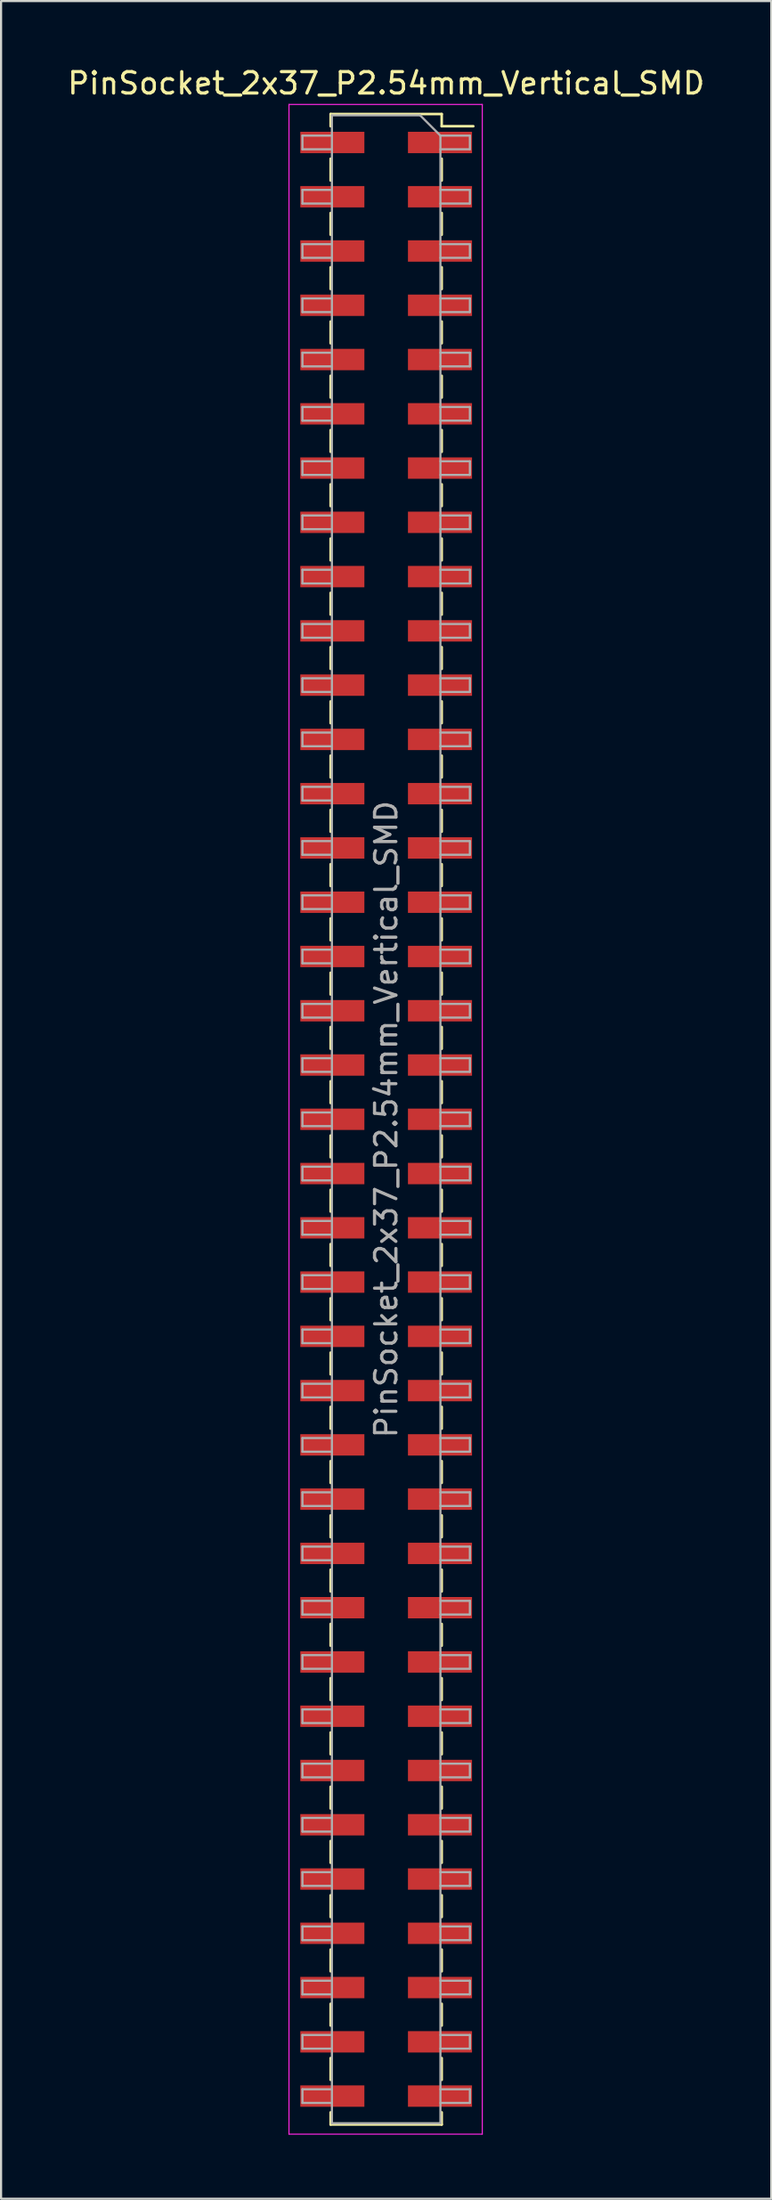
<source format=kicad_pcb>
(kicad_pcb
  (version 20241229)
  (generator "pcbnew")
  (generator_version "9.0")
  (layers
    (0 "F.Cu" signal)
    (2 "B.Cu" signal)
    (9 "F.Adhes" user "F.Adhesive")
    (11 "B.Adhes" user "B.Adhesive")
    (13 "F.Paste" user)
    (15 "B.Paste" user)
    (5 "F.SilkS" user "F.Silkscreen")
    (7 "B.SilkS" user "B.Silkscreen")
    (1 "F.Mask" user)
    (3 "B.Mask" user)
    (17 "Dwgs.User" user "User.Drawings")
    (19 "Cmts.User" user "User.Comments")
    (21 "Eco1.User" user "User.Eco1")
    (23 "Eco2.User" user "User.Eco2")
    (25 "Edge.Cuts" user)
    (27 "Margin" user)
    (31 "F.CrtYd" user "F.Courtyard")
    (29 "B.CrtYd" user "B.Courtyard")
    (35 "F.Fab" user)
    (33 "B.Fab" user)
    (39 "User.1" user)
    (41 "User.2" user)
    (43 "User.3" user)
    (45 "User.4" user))
  (footprint "PinSocket_2x37_P2.54mm_Vertical_SMD"
    (layer "F.Cu")
    (at 15.03 49.338)
    (property "Reference" "PinSocket_2x37_P2.54mm_Vertical_SMD" (at 0 -48.49 0) (layer "F.SilkS") (effects (font (size 1 1) (thickness 0.15))))
    (attr smd)
    (fp_line (start -2.6 -47.05) (end 2.6 -47.05) (stroke (width 0.12) (type solid)) (layer "F.SilkS"))
    (fp_line (start -2.6 -46.48) (end -2.6 -47.05) (stroke (width 0.12) (type solid)) (layer "F.SilkS"))
    (fp_line (start -2.6 -44.96) (end -2.6 -43.94) (stroke (width 0.12) (type solid)) (layer "F.SilkS"))
    (fp_line (start -2.6 -42.42) (end -2.6 -41.4) (stroke (width 0.12) (type solid)) (layer "F.SilkS"))
    (fp_line (start -2.6 -39.88) (end -2.6 -38.86) (stroke (width 0.12) (type solid)) (layer "F.SilkS"))
    (fp_line (start -2.6 -37.34) (end -2.6 -36.32) (stroke (width 0.12) (type solid)) (layer "F.SilkS"))
    (fp_line (start -2.6 -34.8) (end -2.6 -33.78) (stroke (width 0.12) (type solid)) (layer "F.SilkS"))
    (fp_line (start -2.6 -32.26) (end -2.6 -31.24) (stroke (width 0.12) (type solid)) (layer "F.SilkS"))
    (fp_line (start -2.6 -29.72) (end -2.6 -28.7) (stroke (width 0.12) (type solid)) (layer "F.SilkS"))
    (fp_line (start -2.6 -27.18) (end -2.6 -26.16) (stroke (width 0.12) (type solid)) (layer "F.SilkS"))
    (fp_line (start -2.6 -24.64) (end -2.6 -23.62) (stroke (width 0.12) (type solid)) (layer "F.SilkS"))
    (fp_line (start -2.6 -22.1) (end -2.6 -21.08) (stroke (width 0.12) (type solid)) (layer "F.SilkS"))
    (fp_line (start -2.6 -19.56) (end -2.6 -18.54) (stroke (width 0.12) (type solid)) (layer "F.SilkS"))
    (fp_line (start -2.6 -17.02) (end -2.6 -16) (stroke (width 0.12) (type solid)) (layer "F.SilkS"))
    (fp_line (start -2.6 -14.48) (end -2.6 -13.46) (stroke (width 0.12) (type solid)) (layer "F.SilkS"))
    (fp_line (start -2.6 -11.94) (end -2.6 -10.92) (stroke (width 0.12) (type solid)) (layer "F.SilkS"))
    (fp_line (start -2.6 -9.4) (end -2.6 -8.38) (stroke (width 0.12) (type solid)) (layer "F.SilkS"))
    (fp_line (start -2.6 -6.86) (end -2.6 -5.84) (stroke (width 0.12) (type solid)) (layer "F.SilkS"))
    (fp_line (start -2.6 -4.32) (end -2.6 -3.3) (stroke (width 0.12) (type solid)) (layer "F.SilkS"))
    (fp_line (start -2.6 -1.78) (end -2.6 -0.76) (stroke (width 0.12) (type solid)) (layer "F.SilkS"))
    (fp_line (start -2.6 0.76) (end -2.6 1.78) (stroke (width 0.12) (type solid)) (layer "F.SilkS"))
    (fp_line (start -2.6 3.3) (end -2.6 4.32) (stroke (width 0.12) (type solid)) (layer "F.SilkS"))
    (fp_line (start -2.6 5.84) (end -2.6 6.86) (stroke (width 0.12) (type solid)) (layer "F.SilkS"))
    (fp_line (start -2.6 8.38) (end -2.6 9.4) (stroke (width 0.12) (type solid)) (layer "F.SilkS"))
    (fp_line (start -2.6 10.92) (end -2.6 11.94) (stroke (width 0.12) (type solid)) (layer "F.SilkS"))
    (fp_line (start -2.6 13.46) (end -2.6 14.48) (stroke (width 0.12) (type solid)) (layer "F.SilkS"))
    (fp_line (start -2.6 16) (end -2.6 17.02) (stroke (width 0.12) (type solid)) (layer "F.SilkS"))
    (fp_line (start -2.6 18.54) (end -2.6 19.56) (stroke (width 0.12) (type solid)) (layer "F.SilkS"))
    (fp_line (start -2.6 21.08) (end -2.6 22.1) (stroke (width 0.12) (type solid)) (layer "F.SilkS"))
    (fp_line (start -2.6 23.62) (end -2.6 24.64) (stroke (width 0.12) (type solid)) (layer "F.SilkS"))
    (fp_line (start -2.6 26.16) (end -2.6 27.18) (stroke (width 0.12) (type solid)) (layer "F.SilkS"))
    (fp_line (start -2.6 28.7) (end -2.6 29.72) (stroke (width 0.12) (type solid)) (layer "F.SilkS"))
    (fp_line (start -2.6 31.24) (end -2.6 32.26) (stroke (width 0.12) (type solid)) (layer "F.SilkS"))
    (fp_line (start -2.6 33.78) (end -2.6 34.8) (stroke (width 0.12) (type solid)) (layer "F.SilkS"))
    (fp_line (start -2.6 36.32) (end -2.6 37.34) (stroke (width 0.12) (type solid)) (layer "F.SilkS"))
    (fp_line (start -2.6 38.86) (end -2.6 39.88) (stroke (width 0.12) (type solid)) (layer "F.SilkS"))
    (fp_line (start -2.6 41.4) (end -2.6 42.42) (stroke (width 0.12) (type solid)) (layer "F.SilkS"))
    (fp_line (start -2.6 43.94) (end -2.6 44.96) (stroke (width 0.12) (type solid)) (layer "F.SilkS"))
    (fp_line (start -2.6 47.05) (end -2.6 46.48) (stroke (width 0.12) (type solid)) (layer "F.SilkS"))
    (fp_line (start 2.6 -47.05) (end 2.6 -46.48) (stroke (width 0.12) (type solid)) (layer "F.SilkS"))
    (fp_line (start 2.6 -46.48) (end 4.08 -46.48) (stroke (width 0.12) (type solid)) (layer "F.SilkS"))
    (fp_line (start 2.6 -43.94) (end 2.6 -44.96) (stroke (width 0.12) (type solid)) (layer "F.SilkS"))
    (fp_line (start 2.6 -41.4) (end 2.6 -42.42) (stroke (width 0.12) (type solid)) (layer "F.SilkS"))
    (fp_line (start 2.6 -38.86) (end 2.6 -39.88) (stroke (width 0.12) (type solid)) (layer "F.SilkS"))
    (fp_line (start 2.6 -36.32) (end 2.6 -37.34) (stroke (width 0.12) (type solid)) (layer "F.SilkS"))
    (fp_line (start 2.6 -33.78) (end 2.6 -34.8) (stroke (width 0.12) (type solid)) (layer "F.SilkS"))
    (fp_line (start 2.6 -31.24) (end 2.6 -32.26) (stroke (width 0.12) (type solid)) (layer "F.SilkS"))
    (fp_line (start 2.6 -28.7) (end 2.6 -29.72) (stroke (width 0.12) (type solid)) (layer "F.SilkS"))
    (fp_line (start 2.6 -26.16) (end 2.6 -27.18) (stroke (width 0.12) (type solid)) (layer "F.SilkS"))
    (fp_line (start 2.6 -23.62) (end 2.6 -24.64) (stroke (width 0.12) (type solid)) (layer "F.SilkS"))
    (fp_line (start 2.6 -21.08) (end 2.6 -22.1) (stroke (width 0.12) (type solid)) (layer "F.SilkS"))
    (fp_line (start 2.6 -18.54) (end 2.6 -19.56) (stroke (width 0.12) (type solid)) (layer "F.SilkS"))
    (fp_line (start 2.6 -16) (end 2.6 -17.02) (stroke (width 0.12) (type solid)) (layer "F.SilkS"))
    (fp_line (start 2.6 -13.46) (end 2.6 -14.48) (stroke (width 0.12) (type solid)) (layer "F.SilkS"))
    (fp_line (start 2.6 -10.92) (end 2.6 -11.94) (stroke (width 0.12) (type solid)) (layer "F.SilkS"))
    (fp_line (start 2.6 -8.38) (end 2.6 -9.4) (stroke (width 0.12) (type solid)) (layer "F.SilkS"))
    (fp_line (start 2.6 -5.84) (end 2.6 -6.86) (stroke (width 0.12) (type solid)) (layer "F.SilkS"))
    (fp_line (start 2.6 -3.3) (end 2.6 -4.32) (stroke (width 0.12) (type solid)) (layer "F.SilkS"))
    (fp_line (start 2.6 -0.76) (end 2.6 -1.78) (stroke (width 0.12) (type solid)) (layer "F.SilkS"))
    (fp_line (start 2.6 1.78) (end 2.6 0.76) (stroke (width 0.12) (type solid)) (layer "F.SilkS"))
    (fp_line (start 2.6 4.32) (end 2.6 3.3) (stroke (width 0.12) (type solid)) (layer "F.SilkS"))
    (fp_line (start 2.6 6.86) (end 2.6 5.84) (stroke (width 0.12) (type solid)) (layer "F.SilkS"))
    (fp_line (start 2.6 9.4) (end 2.6 8.38) (stroke (width 0.12) (type solid)) (layer "F.SilkS"))
    (fp_line (start 2.6 11.94) (end 2.6 10.92) (stroke (width 0.12) (type solid)) (layer "F.SilkS"))
    (fp_line (start 2.6 14.48) (end 2.6 13.46) (stroke (width 0.12) (type solid)) (layer "F.SilkS"))
    (fp_line (start 2.6 17.02) (end 2.6 16) (stroke (width 0.12) (type solid)) (layer "F.SilkS"))
    (fp_line (start 2.6 19.56) (end 2.6 18.54) (stroke (width 0.12) (type solid)) (layer "F.SilkS"))
    (fp_line (start 2.6 22.1) (end 2.6 21.08) (stroke (width 0.12) (type solid)) (layer "F.SilkS"))
    (fp_line (start 2.6 24.64) (end 2.6 23.62) (stroke (width 0.12) (type solid)) (layer "F.SilkS"))
    (fp_line (start 2.6 27.18) (end 2.6 26.16) (stroke (width 0.12) (type solid)) (layer "F.SilkS"))
    (fp_line (start 2.6 29.72) (end 2.6 28.7) (stroke (width 0.12) (type solid)) (layer "F.SilkS"))
    (fp_line (start 2.6 32.26) (end 2.6 31.24) (stroke (width 0.12) (type solid)) (layer "F.SilkS"))
    (fp_line (start 2.6 34.8) (end 2.6 33.78) (stroke (width 0.12) (type solid)) (layer "F.SilkS"))
    (fp_line (start 2.6 37.34) (end 2.6 36.32) (stroke (width 0.12) (type solid)) (layer "F.SilkS"))
    (fp_line (start 2.6 39.88) (end 2.6 38.86) (stroke (width 0.12) (type solid)) (layer "F.SilkS"))
    (fp_line (start 2.6 42.42) (end 2.6 41.4) (stroke (width 0.12) (type solid)) (layer "F.SilkS"))
    (fp_line (start 2.6 44.96) (end 2.6 43.94) (stroke (width 0.12) (type solid)) (layer "F.SilkS"))
    (fp_line (start 2.6 46.48) (end 2.6 47.05) (stroke (width 0.12) (type solid)) (layer "F.SilkS"))
    (fp_line (start 2.6 47.05) (end -2.6 47.05) (stroke (width 0.12) (type solid)) (layer "F.SilkS"))
    (fp_line (start -4.55 -47.5) (end 4.5 -47.5) (stroke (width 0.05) (type solid)) (layer "F.CrtYd"))
    (fp_line (start -4.55 47.5) (end -4.55 -47.5) (stroke (width 0.05) (type solid)) (layer "F.CrtYd"))
    (fp_line (start 4.5 -47.5) (end 4.5 47.5) (stroke (width 0.05) (type solid)) (layer "F.CrtYd"))
    (fp_line (start 4.5 47.5) (end -4.55 47.5) (stroke (width 0.05) (type solid)) (layer "F.CrtYd"))
    (fp_line (start -3.92 -46.04) (end -2.54 -46.04) (stroke (width 0.1) (type solid)) (layer "F.Fab"))
    (fp_line (start -3.92 -45.4) (end -3.92 -46.04) (stroke (width 0.1) (type solid)) (layer "F.Fab"))
    (fp_line (start -3.92 -43.5) (end -2.54 -43.5) (stroke (width 0.1) (type solid)) (layer "F.Fab"))
    (fp_line (start -3.92 -42.86) (end -3.92 -43.5) (stroke (width 0.1) (type solid)) (layer "F.Fab"))
    (fp_line (start -3.92 -40.96) (end -2.54 -40.96) (stroke (width 0.1) (type solid)) (layer "F.Fab"))
    (fp_line (start -3.92 -40.32) (end -3.92 -40.96) (stroke (width 0.1) (type solid)) (layer "F.Fab"))
    (fp_line (start -3.92 -38.42) (end -2.54 -38.42) (stroke (width 0.1) (type solid)) (layer "F.Fab"))
    (fp_line (start -3.92 -37.78) (end -3.92 -38.42) (stroke (width 0.1) (type solid)) (layer "F.Fab"))
    (fp_line (start -3.92 -35.88) (end -2.54 -35.88) (stroke (width 0.1) (type solid)) (layer "F.Fab"))
    (fp_line (start -3.92 -35.24) (end -3.92 -35.88) (stroke (width 0.1) (type solid)) (layer "F.Fab"))
    (fp_line (start -3.92 -33.34) (end -2.54 -33.34) (stroke (width 0.1) (type solid)) (layer "F.Fab"))
    (fp_line (start -3.92 -32.7) (end -3.92 -33.34) (stroke (width 0.1) (type solid)) (layer "F.Fab"))
    (fp_line (start -3.92 -30.8) (end -2.54 -30.8) (stroke (width 0.1) (type solid)) (layer "F.Fab"))
    (fp_line (start -3.92 -30.16) (end -3.92 -30.8) (stroke (width 0.1) (type solid)) (layer "F.Fab"))
    (fp_line (start -3.92 -28.26) (end -2.54 -28.26) (stroke (width 0.1) (type solid)) (layer "F.Fab"))
    (fp_line (start -3.92 -27.62) (end -3.92 -28.26) (stroke (width 0.1) (type solid)) (layer "F.Fab"))
    (fp_line (start -3.92 -25.72) (end -2.54 -25.72) (stroke (width 0.1) (type solid)) (layer "F.Fab"))
    (fp_line (start -3.92 -25.08) (end -3.92 -25.72) (stroke (width 0.1) (type solid)) (layer "F.Fab"))
    (fp_line (start -3.92 -23.18) (end -2.54 -23.18) (stroke (width 0.1) (type solid)) (layer "F.Fab"))
    (fp_line (start -3.92 -22.54) (end -3.92 -23.18) (stroke (width 0.1) (type solid)) (layer "F.Fab"))
    (fp_line (start -3.92 -20.64) (end -2.54 -20.64) (stroke (width 0.1) (type solid)) (layer "F.Fab"))
    (fp_line (start -3.92 -20) (end -3.92 -20.64) (stroke (width 0.1) (type solid)) (layer "F.Fab"))
    (fp_line (start -3.92 -18.1) (end -2.54 -18.1) (stroke (width 0.1) (type solid)) (layer "F.Fab"))
    (fp_line (start -3.92 -17.46) (end -3.92 -18.1) (stroke (width 0.1) (type solid)) (layer "F.Fab"))
    (fp_line (start -3.92 -15.56) (end -2.54 -15.56) (stroke (width 0.1) (type solid)) (layer "F.Fab"))
    (fp_line (start -3.92 -14.92) (end -3.92 -15.56) (stroke (width 0.1) (type solid)) (layer "F.Fab"))
    (fp_line (start -3.92 -13.02) (end -2.54 -13.02) (stroke (width 0.1) (type solid)) (layer "F.Fab"))
    (fp_line (start -3.92 -12.38) (end -3.92 -13.02) (stroke (width 0.1) (type solid)) (layer "F.Fab"))
    (fp_line (start -3.92 -10.48) (end -2.54 -10.48) (stroke (width 0.1) (type solid)) (layer "F.Fab"))
    (fp_line (start -3.92 -9.84) (end -3.92 -10.48) (stroke (width 0.1) (type solid)) (layer "F.Fab"))
    (fp_line (start -3.92 -7.94) (end -2.54 -7.94) (stroke (width 0.1) (type solid)) (layer "F.Fab"))
    (fp_line (start -3.92 -7.3) (end -3.92 -7.94) (stroke (width 0.1) (type solid)) (layer "F.Fab"))
    (fp_line (start -3.92 -5.4) (end -2.54 -5.4) (stroke (width 0.1) (type solid)) (layer "F.Fab"))
    (fp_line (start -3.92 -4.76) (end -3.92 -5.4) (stroke (width 0.1) (type solid)) (layer "F.Fab"))
    (fp_line (start -3.92 -2.86) (end -2.54 -2.86) (stroke (width 0.1) (type solid)) (layer "F.Fab"))
    (fp_line (start -3.92 -2.22) (end -3.92 -2.86) (stroke (width 0.1) (type solid)) (layer "F.Fab"))
    (fp_line (start -3.92 -0.32) (end -2.54 -0.32) (stroke (width 0.1) (type solid)) (layer "F.Fab"))
    (fp_line (start -3.92 0.32) (end -3.92 -0.32) (stroke (width 0.1) (type solid)) (layer "F.Fab"))
    (fp_line (start -3.92 2.22) (end -2.54 2.22) (stroke (width 0.1) (type solid)) (layer "F.Fab"))
    (fp_line (start -3.92 2.86) (end -3.92 2.22) (stroke (width 0.1) (type solid)) (layer "F.Fab"))
    (fp_line (start -3.92 4.76) (end -2.54 4.76) (stroke (width 0.1) (type solid)) (layer "F.Fab"))
    (fp_line (start -3.92 5.4) (end -3.92 4.76) (stroke (width 0.1) (type solid)) (layer "F.Fab"))
    (fp_line (start -3.92 7.3) (end -2.54 7.3) (stroke (width 0.1) (type solid)) (layer "F.Fab"))
    (fp_line (start -3.92 7.94) (end -3.92 7.3) (stroke (width 0.1) (type solid)) (layer "F.Fab"))
    (fp_line (start -3.92 9.84) (end -2.54 9.84) (stroke (width 0.1) (type solid)) (layer "F.Fab"))
    (fp_line (start -3.92 10.48) (end -3.92 9.84) (stroke (width 0.1) (type solid)) (layer "F.Fab"))
    (fp_line (start -3.92 12.38) (end -2.54 12.38) (stroke (width 0.1) (type solid)) (layer "F.Fab"))
    (fp_line (start -3.92 13.02) (end -3.92 12.38) (stroke (width 0.1) (type solid)) (layer "F.Fab"))
    (fp_line (start -3.92 14.92) (end -2.54 14.92) (stroke (width 0.1) (type solid)) (layer "F.Fab"))
    (fp_line (start -3.92 15.56) (end -3.92 14.92) (stroke (width 0.1) (type solid)) (layer "F.Fab"))
    (fp_line (start -3.92 17.46) (end -2.54 17.46) (stroke (width 0.1) (type solid)) (layer "F.Fab"))
    (fp_line (start -3.92 18.1) (end -3.92 17.46) (stroke (width 0.1) (type solid)) (layer "F.Fab"))
    (fp_line (start -3.92 20) (end -2.54 20) (stroke (width 0.1) (type solid)) (layer "F.Fab"))
    (fp_line (start -3.92 20.64) (end -3.92 20) (stroke (width 0.1) (type solid)) (layer "F.Fab"))
    (fp_line (start -3.92 22.54) (end -2.54 22.54) (stroke (width 0.1) (type solid)) (layer "F.Fab"))
    (fp_line (start -3.92 23.18) (end -3.92 22.54) (stroke (width 0.1) (type solid)) (layer "F.Fab"))
    (fp_line (start -3.92 25.08) (end -2.54 25.08) (stroke (width 0.1) (type solid)) (layer "F.Fab"))
    (fp_line (start -3.92 25.72) (end -3.92 25.08) (stroke (width 0.1) (type solid)) (layer "F.Fab"))
    (fp_line (start -3.92 27.62) (end -2.54 27.62) (stroke (width 0.1) (type solid)) (layer "F.Fab"))
    (fp_line (start -3.92 28.26) (end -3.92 27.62) (stroke (width 0.1) (type solid)) (layer "F.Fab"))
    (fp_line (start -3.92 30.16) (end -2.54 30.16) (stroke (width 0.1) (type solid)) (layer "F.Fab"))
    (fp_line (start -3.92 30.8) (end -3.92 30.16) (stroke (width 0.1) (type solid)) (layer "F.Fab"))
    (fp_line (start -3.92 32.7) (end -2.54 32.7) (stroke (width 0.1) (type solid)) (layer "F.Fab"))
    (fp_line (start -3.92 33.34) (end -3.92 32.7) (stroke (width 0.1) (type solid)) (layer "F.Fab"))
    (fp_line (start -3.92 35.24) (end -2.54 35.24) (stroke (width 0.1) (type solid)) (layer "F.Fab"))
    (fp_line (start -3.92 35.88) (end -3.92 35.24) (stroke (width 0.1) (type solid)) (layer "F.Fab"))
    (fp_line (start -3.92 37.78) (end -2.54 37.78) (stroke (width 0.1) (type solid)) (layer "F.Fab"))
    (fp_line (start -3.92 38.42) (end -3.92 37.78) (stroke (width 0.1) (type solid)) (layer "F.Fab"))
    (fp_line (start -3.92 40.32) (end -2.54 40.32) (stroke (width 0.1) (type solid)) (layer "F.Fab"))
    (fp_line (start -3.92 40.96) (end -3.92 40.32) (stroke (width 0.1) (type solid)) (layer "F.Fab"))
    (fp_line (start -3.92 42.86) (end -2.54 42.86) (stroke (width 0.1) (type solid)) (layer "F.Fab"))
    (fp_line (start -3.92 43.5) (end -3.92 42.86) (stroke (width 0.1) (type solid)) (layer "F.Fab"))
    (fp_line (start -3.92 45.4) (end -2.54 45.4) (stroke (width 0.1) (type solid)) (layer "F.Fab"))
    (fp_line (start -3.92 46.04) (end -3.92 45.4) (stroke (width 0.1) (type solid)) (layer "F.Fab"))
    (fp_line (start -2.54 -46.99) (end 1.59 -46.99) (stroke (width 0.1) (type solid)) (layer "F.Fab"))
    (fp_line (start -2.54 -45.4) (end -3.92 -45.4) (stroke (width 0.1) (type solid)) (layer "F.Fab"))
    (fp_line (start -2.54 -42.86) (end -3.92 -42.86) (stroke (width 0.1) (type solid)) (layer "F.Fab"))
    (fp_line (start -2.54 -40.32) (end -3.92 -40.32) (stroke (width 0.1) (type solid)) (layer "F.Fab"))
    (fp_line (start -2.54 -37.78) (end -3.92 -37.78) (stroke (width 0.1) (type solid)) (layer "F.Fab"))
    (fp_line (start -2.54 -35.24) (end -3.92 -35.24) (stroke (width 0.1) (type solid)) (layer "F.Fab"))
    (fp_line (start -2.54 -32.7) (end -3.92 -32.7) (stroke (width 0.1) (type solid)) (layer "F.Fab"))
    (fp_line (start -2.54 -30.16) (end -3.92 -30.16) (stroke (width 0.1) (type solid)) (layer "F.Fab"))
    (fp_line (start -2.54 -27.62) (end -3.92 -27.62) (stroke (width 0.1) (type solid)) (layer "F.Fab"))
    (fp_line (start -2.54 -25.08) (end -3.92 -25.08) (stroke (width 0.1) (type solid)) (layer "F.Fab"))
    (fp_line (start -2.54 -22.54) (end -3.92 -22.54) (stroke (width 0.1) (type solid)) (layer "F.Fab"))
    (fp_line (start -2.54 -20) (end -3.92 -20) (stroke (width 0.1) (type solid)) (layer "F.Fab"))
    (fp_line (start -2.54 -17.46) (end -3.92 -17.46) (stroke (width 0.1) (type solid)) (layer "F.Fab"))
    (fp_line (start -2.54 -14.92) (end -3.92 -14.92) (stroke (width 0.1) (type solid)) (layer "F.Fab"))
    (fp_line (start -2.54 -12.38) (end -3.92 -12.38) (stroke (width 0.1) (type solid)) (layer "F.Fab"))
    (fp_line (start -2.54 -9.84) (end -3.92 -9.84) (stroke (width 0.1) (type solid)) (layer "F.Fab"))
    (fp_line (start -2.54 -7.3) (end -3.92 -7.3) (stroke (width 0.1) (type solid)) (layer "F.Fab"))
    (fp_line (start -2.54 -4.76) (end -3.92 -4.76) (stroke (width 0.1) (type solid)) (layer "F.Fab"))
    (fp_line (start -2.54 -2.22) (end -3.92 -2.22) (stroke (width 0.1) (type solid)) (layer "F.Fab"))
    (fp_line (start -2.54 0.32) (end -3.92 0.32) (stroke (width 0.1) (type solid)) (layer "F.Fab"))
    (fp_line (start -2.54 2.86) (end -3.92 2.86) (stroke (width 0.1) (type solid)) (layer "F.Fab"))
    (fp_line (start -2.54 5.4) (end -3.92 5.4) (stroke (width 0.1) (type solid)) (layer "F.Fab"))
    (fp_line (start -2.54 7.94) (end -3.92 7.94) (stroke (width 0.1) (type solid)) (layer "F.Fab"))
    (fp_line (start -2.54 10.48) (end -3.92 10.48) (stroke (width 0.1) (type solid)) (layer "F.Fab"))
    (fp_line (start -2.54 13.02) (end -3.92 13.02) (stroke (width 0.1) (type solid)) (layer "F.Fab"))
    (fp_line (start -2.54 15.56) (end -3.92 15.56) (stroke (width 0.1) (type solid)) (layer "F.Fab"))
    (fp_line (start -2.54 18.1) (end -3.92 18.1) (stroke (width 0.1) (type solid)) (layer "F.Fab"))
    (fp_line (start -2.54 20.64) (end -3.92 20.64) (stroke (width 0.1) (type solid)) (layer "F.Fab"))
    (fp_line (start -2.54 23.18) (end -3.92 23.18) (stroke (width 0.1) (type solid)) (layer "F.Fab"))
    (fp_line (start -2.54 25.72) (end -3.92 25.72) (stroke (width 0.1) (type solid)) (layer "F.Fab"))
    (fp_line (start -2.54 28.26) (end -3.92 28.26) (stroke (width 0.1) (type solid)) (layer "F.Fab"))
    (fp_line (start -2.54 30.8) (end -3.92 30.8) (stroke (width 0.1) (type solid)) (layer "F.Fab"))
    (fp_line (start -2.54 33.34) (end -3.92 33.34) (stroke (width 0.1) (type solid)) (layer "F.Fab"))
    (fp_line (start -2.54 35.88) (end -3.92 35.88) (stroke (width 0.1) (type solid)) (layer "F.Fab"))
    (fp_line (start -2.54 38.42) (end -3.92 38.42) (stroke (width 0.1) (type solid)) (layer "F.Fab"))
    (fp_line (start -2.54 40.96) (end -3.92 40.96) (stroke (width 0.1) (type solid)) (layer "F.Fab"))
    (fp_line (start -2.54 43.5) (end -3.92 43.5) (stroke (width 0.1) (type solid)) (layer "F.Fab"))
    (fp_line (start -2.54 46.04) (end -3.92 46.04) (stroke (width 0.1) (type solid)) (layer "F.Fab"))
    (fp_line (start -2.54 46.99) (end -2.54 -46.99) (stroke (width 0.1) (type solid)) (layer "F.Fab"))
    (fp_line (start 1.59 -46.99) (end 2.54 -46.04) (stroke (width 0.1) (type solid)) (layer "F.Fab"))
    (fp_line (start 2.54 -46.04) (end 2.54 46.99) (stroke (width 0.1) (type solid)) (layer "F.Fab"))
    (fp_line (start 2.54 -46.04) (end 3.92 -46.04) (stroke (width 0.1) (type solid)) (layer "F.Fab"))
    (fp_line (start 2.54 -43.5) (end 3.92 -43.5) (stroke (width 0.1) (type solid)) (layer "F.Fab"))
    (fp_line (start 2.54 -40.96) (end 3.92 -40.96) (stroke (width 0.1) (type solid)) (layer "F.Fab"))
    (fp_line (start 2.54 -38.42) (end 3.92 -38.42) (stroke (width 0.1) (type solid)) (layer "F.Fab"))
    (fp_line (start 2.54 -35.88) (end 3.92 -35.88) (stroke (width 0.1) (type solid)) (layer "F.Fab"))
    (fp_line (start 2.54 -33.34) (end 3.92 -33.34) (stroke (width 0.1) (type solid)) (layer "F.Fab"))
    (fp_line (start 2.54 -30.8) (end 3.92 -30.8) (stroke (width 0.1) (type solid)) (layer "F.Fab"))
    (fp_line (start 2.54 -28.26) (end 3.92 -28.26) (stroke (width 0.1) (type solid)) (layer "F.Fab"))
    (fp_line (start 2.54 -25.72) (end 3.92 -25.72) (stroke (width 0.1) (type solid)) (layer "F.Fab"))
    (fp_line (start 2.54 -23.18) (end 3.92 -23.18) (stroke (width 0.1) (type solid)) (layer "F.Fab"))
    (fp_line (start 2.54 -20.64) (end 3.92 -20.64) (stroke (width 0.1) (type solid)) (layer "F.Fab"))
    (fp_line (start 2.54 -18.1) (end 3.92 -18.1) (stroke (width 0.1) (type solid)) (layer "F.Fab"))
    (fp_line (start 2.54 -15.56) (end 3.92 -15.56) (stroke (width 0.1) (type solid)) (layer "F.Fab"))
    (fp_line (start 2.54 -13.02) (end 3.92 -13.02) (stroke (width 0.1) (type solid)) (layer "F.Fab"))
    (fp_line (start 2.54 -10.48) (end 3.92 -10.48) (stroke (width 0.1) (type solid)) (layer "F.Fab"))
    (fp_line (start 2.54 -7.94) (end 3.92 -7.94) (stroke (width 0.1) (type solid)) (layer "F.Fab"))
    (fp_line (start 2.54 -5.4) (end 3.92 -5.4) (stroke (width 0.1) (type solid)) (layer "F.Fab"))
    (fp_line (start 2.54 -2.86) (end 3.92 -2.86) (stroke (width 0.1) (type solid)) (layer "F.Fab"))
    (fp_line (start 2.54 -0.32) (end 3.92 -0.32) (stroke (width 0.1) (type solid)) (layer "F.Fab"))
    (fp_line (start 2.54 2.22) (end 3.92 2.22) (stroke (width 0.1) (type solid)) (layer "F.Fab"))
    (fp_line (start 2.54 4.76) (end 3.92 4.76) (stroke (width 0.1) (type solid)) (layer "F.Fab"))
    (fp_line (start 2.54 7.3) (end 3.92 7.3) (stroke (width 0.1) (type solid)) (layer "F.Fab"))
    (fp_line (start 2.54 9.84) (end 3.92 9.84) (stroke (width 0.1) (type solid)) (layer "F.Fab"))
    (fp_line (start 2.54 12.38) (end 3.92 12.38) (stroke (width 0.1) (type solid)) (layer "F.Fab"))
    (fp_line (start 2.54 14.92) (end 3.92 14.92) (stroke (width 0.1) (type solid)) (layer "F.Fab"))
    (fp_line (start 2.54 17.46) (end 3.92 17.46) (stroke (width 0.1) (type solid)) (layer "F.Fab"))
    (fp_line (start 2.54 20) (end 3.92 20) (stroke (width 0.1) (type solid)) (layer "F.Fab"))
    (fp_line (start 2.54 22.54) (end 3.92 22.54) (stroke (width 0.1) (type solid)) (layer "F.Fab"))
    (fp_line (start 2.54 25.08) (end 3.92 25.08) (stroke (width 0.1) (type solid)) (layer "F.Fab"))
    (fp_line (start 2.54 27.62) (end 3.92 27.62) (stroke (width 0.1) (type solid)) (layer "F.Fab"))
    (fp_line (start 2.54 30.16) (end 3.92 30.16) (stroke (width 0.1) (type solid)) (layer "F.Fab"))
    (fp_line (start 2.54 32.7) (end 3.92 32.7) (stroke (width 0.1) (type solid)) (layer "F.Fab"))
    (fp_line (start 2.54 35.24) (end 3.92 35.24) (stroke (width 0.1) (type solid)) (layer "F.Fab"))
    (fp_line (start 2.54 37.78) (end 3.92 37.78) (stroke (width 0.1) (type solid)) (layer "F.Fab"))
    (fp_line (start 2.54 40.32) (end 3.92 40.32) (stroke (width 0.1) (type solid)) (layer "F.Fab"))
    (fp_line (start 2.54 42.86) (end 3.92 42.86) (stroke (width 0.1) (type solid)) (layer "F.Fab"))
    (fp_line (start 2.54 45.4) (end 3.92 45.4) (stroke (width 0.1) (type solid)) (layer "F.Fab"))
    (fp_line (start 2.54 46.99) (end -2.54 46.99) (stroke (width 0.1) (type solid)) (layer "F.Fab"))
    (fp_line (start 3.92 -46.04) (end 3.92 -45.4) (stroke (width 0.1) (type solid)) (layer "F.Fab"))
    (fp_line (start 3.92 -45.4) (end 2.54 -45.4) (stroke (width 0.1) (type solid)) (layer "F.Fab"))
    (fp_line (start 3.92 -43.5) (end 3.92 -42.86) (stroke (width 0.1) (type solid)) (layer "F.Fab"))
    (fp_line (start 3.92 -42.86) (end 2.54 -42.86) (stroke (width 0.1) (type solid)) (layer "F.Fab"))
    (fp_line (start 3.92 -40.96) (end 3.92 -40.32) (stroke (width 0.1) (type solid)) (layer "F.Fab"))
    (fp_line (start 3.92 -40.32) (end 2.54 -40.32) (stroke (width 0.1) (type solid)) (layer "F.Fab"))
    (fp_line (start 3.92 -38.42) (end 3.92 -37.78) (stroke (width 0.1) (type solid)) (layer "F.Fab"))
    (fp_line (start 3.92 -37.78) (end 2.54 -37.78) (stroke (width 0.1) (type solid)) (layer "F.Fab"))
    (fp_line (start 3.92 -35.88) (end 3.92 -35.24) (stroke (width 0.1) (type solid)) (layer "F.Fab"))
    (fp_line (start 3.92 -35.24) (end 2.54 -35.24) (stroke (width 0.1) (type solid)) (layer "F.Fab"))
    (fp_line (start 3.92 -33.34) (end 3.92 -32.7) (stroke (width 0.1) (type solid)) (layer "F.Fab"))
    (fp_line (start 3.92 -32.7) (end 2.54 -32.7) (stroke (width 0.1) (type solid)) (layer "F.Fab"))
    (fp_line (start 3.92 -30.8) (end 3.92 -30.16) (stroke (width 0.1) (type solid)) (layer "F.Fab"))
    (fp_line (start 3.92 -30.16) (end 2.54 -30.16) (stroke (width 0.1) (type solid)) (layer "F.Fab"))
    (fp_line (start 3.92 -28.26) (end 3.92 -27.62) (stroke (width 0.1) (type solid)) (layer "F.Fab"))
    (fp_line (start 3.92 -27.62) (end 2.54 -27.62) (stroke (width 0.1) (type solid)) (layer "F.Fab"))
    (fp_line (start 3.92 -25.72) (end 3.92 -25.08) (stroke (width 0.1) (type solid)) (layer "F.Fab"))
    (fp_line (start 3.92 -25.08) (end 2.54 -25.08) (stroke (width 0.1) (type solid)) (layer "F.Fab"))
    (fp_line (start 3.92 -23.18) (end 3.92 -22.54) (stroke (width 0.1) (type solid)) (layer "F.Fab"))
    (fp_line (start 3.92 -22.54) (end 2.54 -22.54) (stroke (width 0.1) (type solid)) (layer "F.Fab"))
    (fp_line (start 3.92 -20.64) (end 3.92 -20) (stroke (width 0.1) (type solid)) (layer "F.Fab"))
    (fp_line (start 3.92 -20) (end 2.54 -20) (stroke (width 0.1) (type solid)) (layer "F.Fab"))
    (fp_line (start 3.92 -18.1) (end 3.92 -17.46) (stroke (width 0.1) (type solid)) (layer "F.Fab"))
    (fp_line (start 3.92 -17.46) (end 2.54 -17.46) (stroke (width 0.1) (type solid)) (layer "F.Fab"))
    (fp_line (start 3.92 -15.56) (end 3.92 -14.92) (stroke (width 0.1) (type solid)) (layer "F.Fab"))
    (fp_line (start 3.92 -14.92) (end 2.54 -14.92) (stroke (width 0.1) (type solid)) (layer "F.Fab"))
    (fp_line (start 3.92 -13.02) (end 3.92 -12.38) (stroke (width 0.1) (type solid)) (layer "F.Fab"))
    (fp_line (start 3.92 -12.38) (end 2.54 -12.38) (stroke (width 0.1) (type solid)) (layer "F.Fab"))
    (fp_line (start 3.92 -10.48) (end 3.92 -9.84) (stroke (width 0.1) (type solid)) (layer "F.Fab"))
    (fp_line (start 3.92 -9.84) (end 2.54 -9.84) (stroke (width 0.1) (type solid)) (layer "F.Fab"))
    (fp_line (start 3.92 -7.94) (end 3.92 -7.3) (stroke (width 0.1) (type solid)) (layer "F.Fab"))
    (fp_line (start 3.92 -7.3) (end 2.54 -7.3) (stroke (width 0.1) (type solid)) (layer "F.Fab"))
    (fp_line (start 3.92 -5.4) (end 3.92 -4.76) (stroke (width 0.1) (type solid)) (layer "F.Fab"))
    (fp_line (start 3.92 -4.76) (end 2.54 -4.76) (stroke (width 0.1) (type solid)) (layer "F.Fab"))
    (fp_line (start 3.92 -2.86) (end 3.92 -2.22) (stroke (width 0.1) (type solid)) (layer "F.Fab"))
    (fp_line (start 3.92 -2.22) (end 2.54 -2.22) (stroke (width 0.1) (type solid)) (layer "F.Fab"))
    (fp_line (start 3.92 -0.32) (end 3.92 0.32) (stroke (width 0.1) (type solid)) (layer "F.Fab"))
    (fp_line (start 3.92 0.32) (end 2.54 0.32) (stroke (width 0.1) (type solid)) (layer "F.Fab"))
    (fp_line (start 3.92 2.22) (end 3.92 2.86) (stroke (width 0.1) (type solid)) (layer "F.Fab"))
    (fp_line (start 3.92 2.86) (end 2.54 2.86) (stroke (width 0.1) (type solid)) (layer "F.Fab"))
    (fp_line (start 3.92 4.76) (end 3.92 5.4) (stroke (width 0.1) (type solid)) (layer "F.Fab"))
    (fp_line (start 3.92 5.4) (end 2.54 5.4) (stroke (width 0.1) (type solid)) (layer "F.Fab"))
    (fp_line (start 3.92 7.3) (end 3.92 7.94) (stroke (width 0.1) (type solid)) (layer "F.Fab"))
    (fp_line (start 3.92 7.94) (end 2.54 7.94) (stroke (width 0.1) (type solid)) (layer "F.Fab"))
    (fp_line (start 3.92 9.84) (end 3.92 10.48) (stroke (width 0.1) (type solid)) (layer "F.Fab"))
    (fp_line (start 3.92 10.48) (end 2.54 10.48) (stroke (width 0.1) (type solid)) (layer "F.Fab"))
    (fp_line (start 3.92 12.38) (end 3.92 13.02) (stroke (width 0.1) (type solid)) (layer "F.Fab"))
    (fp_line (start 3.92 13.02) (end 2.54 13.02) (stroke (width 0.1) (type solid)) (layer "F.Fab"))
    (fp_line (start 3.92 14.92) (end 3.92 15.56) (stroke (width 0.1) (type solid)) (layer "F.Fab"))
    (fp_line (start 3.92 15.56) (end 2.54 15.56) (stroke (width 0.1) (type solid)) (layer "F.Fab"))
    (fp_line (start 3.92 17.46) (end 3.92 18.1) (stroke (width 0.1) (type solid)) (layer "F.Fab"))
    (fp_line (start 3.92 18.1) (end 2.54 18.1) (stroke (width 0.1) (type solid)) (layer "F.Fab"))
    (fp_line (start 3.92 20) (end 3.92 20.64) (stroke (width 0.1) (type solid)) (layer "F.Fab"))
    (fp_line (start 3.92 20.64) (end 2.54 20.64) (stroke (width 0.1) (type solid)) (layer "F.Fab"))
    (fp_line (start 3.92 22.54) (end 3.92 23.18) (stroke (width 0.1) (type solid)) (layer "F.Fab"))
    (fp_line (start 3.92 23.18) (end 2.54 23.18) (stroke (width 0.1) (type solid)) (layer "F.Fab"))
    (fp_line (start 3.92 25.08) (end 3.92 25.72) (stroke (width 0.1) (type solid)) (layer "F.Fab"))
    (fp_line (start 3.92 25.72) (end 2.54 25.72) (stroke (width 0.1) (type solid)) (layer "F.Fab"))
    (fp_line (start 3.92 27.62) (end 3.92 28.26) (stroke (width 0.1) (type solid)) (layer "F.Fab"))
    (fp_line (start 3.92 28.26) (end 2.54 28.26) (stroke (width 0.1) (type solid)) (layer "F.Fab"))
    (fp_line (start 3.92 30.16) (end 3.92 30.8) (stroke (width 0.1) (type solid)) (layer "F.Fab"))
    (fp_line (start 3.92 30.8) (end 2.54 30.8) (stroke (width 0.1) (type solid)) (layer "F.Fab"))
    (fp_line (start 3.92 32.7) (end 3.92 33.34) (stroke (width 0.1) (type solid)) (layer "F.Fab"))
    (fp_line (start 3.92 33.34) (end 2.54 33.34) (stroke (width 0.1) (type solid)) (layer "F.Fab"))
    (fp_line (start 3.92 35.24) (end 3.92 35.88) (stroke (width 0.1) (type solid)) (layer "F.Fab"))
    (fp_line (start 3.92 35.88) (end 2.54 35.88) (stroke (width 0.1) (type solid)) (layer "F.Fab"))
    (fp_line (start 3.92 37.78) (end 3.92 38.42) (stroke (width 0.1) (type solid)) (layer "F.Fab"))
    (fp_line (start 3.92 38.42) (end 2.54 38.42) (stroke (width 0.1) (type solid)) (layer "F.Fab"))
    (fp_line (start 3.92 40.32) (end 3.92 40.96) (stroke (width 0.1) (type solid)) (layer "F.Fab"))
    (fp_line (start 3.92 40.96) (end 2.54 40.96) (stroke (width 0.1) (type solid)) (layer "F.Fab"))
    (fp_line (start 3.92 42.86) (end 3.92 43.5) (stroke (width 0.1) (type solid)) (layer "F.Fab"))
    (fp_line (start 3.92 43.5) (end 2.54 43.5) (stroke (width 0.1) (type solid)) (layer "F.Fab"))
    (fp_line (start 3.92 45.4) (end 3.92 46.04) (stroke (width 0.1) (type solid)) (layer "F.Fab"))
    (fp_line (start 3.92 46.04) (end 2.54 46.04) (stroke (width 0.1) (type solid)) (layer "F.Fab"))
    (fp_text user "${REFERENCE}" (at 0 0 90) (layer "F.Fab") (effects (font (size 1 1) (thickness 0.15))))
    (pad "1" smd rect (at 2.52 -45.72) (size 3 1) (layers "F.Cu" "F.Mask" "F.Paste"))
    (pad "2" smd rect (at -2.52 -45.72) (size 3 1) (layers "F.Cu" "F.Mask" "F.Paste"))
    (pad "3" smd rect (at 2.52 -43.18) (size 3 1) (layers "F.Cu" "F.Mask" "F.Paste"))
    (pad "4" smd rect (at -2.52 -43.18) (size 3 1) (layers "F.Cu" "F.Mask" "F.Paste"))
    (pad "5" smd rect (at 2.52 -40.64) (size 3 1) (layers "F.Cu" "F.Mask" "F.Paste"))
    (pad "6" smd rect (at -2.52 -40.64) (size 3 1) (layers "F.Cu" "F.Mask" "F.Paste"))
    (pad "7" smd rect (at 2.52 -38.1) (size 3 1) (layers "F.Cu" "F.Mask" "F.Paste"))
    (pad "8" smd rect (at -2.52 -38.1) (size 3 1) (layers "F.Cu" "F.Mask" "F.Paste"))
    (pad "9" smd rect (at 2.52 -35.56) (size 3 1) (layers "F.Cu" "F.Mask" "F.Paste"))
    (pad "10" smd rect (at -2.52 -35.56) (size 3 1) (layers "F.Cu" "F.Mask" "F.Paste"))
    (pad "11" smd rect (at 2.52 -33.02) (size 3 1) (layers "F.Cu" "F.Mask" "F.Paste"))
    (pad "12" smd rect (at -2.52 -33.02) (size 3 1) (layers "F.Cu" "F.Mask" "F.Paste"))
    (pad "13" smd rect (at 2.52 -30.48) (size 3 1) (layers "F.Cu" "F.Mask" "F.Paste"))
    (pad "14" smd rect (at -2.52 -30.48) (size 3 1) (layers "F.Cu" "F.Mask" "F.Paste"))
    (pad "15" smd rect (at 2.52 -27.94) (size 3 1) (layers "F.Cu" "F.Mask" "F.Paste"))
    (pad "16" smd rect (at -2.52 -27.94) (size 3 1) (layers "F.Cu" "F.Mask" "F.Paste"))
    (pad "17" smd rect (at 2.52 -25.4) (size 3 1) (layers "F.Cu" "F.Mask" "F.Paste"))
    (pad "18" smd rect (at -2.52 -25.4) (size 3 1) (layers "F.Cu" "F.Mask" "F.Paste"))
    (pad "19" smd rect (at 2.52 -22.86) (size 3 1) (layers "F.Cu" "F.Mask" "F.Paste"))
    (pad "20" smd rect (at -2.52 -22.86) (size 3 1) (layers "F.Cu" "F.Mask" "F.Paste"))
    (pad "21" smd rect (at 2.52 -20.32) (size 3 1) (layers "F.Cu" "F.Mask" "F.Paste"))
    (pad "22" smd rect (at -2.52 -20.32) (size 3 1) (layers "F.Cu" "F.Mask" "F.Paste"))
    (pad "23" smd rect (at 2.52 -17.78) (size 3 1) (layers "F.Cu" "F.Mask" "F.Paste"))
    (pad "24" smd rect (at -2.52 -17.78) (size 3 1) (layers "F.Cu" "F.Mask" "F.Paste"))
    (pad "25" smd rect (at 2.52 -15.24) (size 3 1) (layers "F.Cu" "F.Mask" "F.Paste"))
    (pad "26" smd rect (at -2.52 -15.24) (size 3 1) (layers "F.Cu" "F.Mask" "F.Paste"))
    (pad "27" smd rect (at 2.52 -12.7) (size 3 1) (layers "F.Cu" "F.Mask" "F.Paste"))
    (pad "28" smd rect (at -2.52 -12.7) (size 3 1) (layers "F.Cu" "F.Mask" "F.Paste"))
    (pad "29" smd rect (at 2.52 -10.16) (size 3 1) (layers "F.Cu" "F.Mask" "F.Paste"))
    (pad "30" smd rect (at -2.52 -10.16) (size 3 1) (layers "F.Cu" "F.Mask" "F.Paste"))
    (pad "31" smd rect (at 2.52 -7.62) (size 3 1) (layers "F.Cu" "F.Mask" "F.Paste"))
    (pad "32" smd rect (at -2.52 -7.62) (size 3 1) (layers "F.Cu" "F.Mask" "F.Paste"))
    (pad "33" smd rect (at 2.52 -5.08) (size 3 1) (layers "F.Cu" "F.Mask" "F.Paste"))
    (pad "34" smd rect (at -2.52 -5.08) (size 3 1) (layers "F.Cu" "F.Mask" "F.Paste"))
    (pad "35" smd rect (at 2.52 -2.54) (size 3 1) (layers "F.Cu" "F.Mask" "F.Paste"))
    (pad "36" smd rect (at -2.52 -2.54) (size 3 1) (layers "F.Cu" "F.Mask" "F.Paste"))
    (pad "37" smd rect (at 2.52 0) (size 3 1) (layers "F.Cu" "F.Mask" "F.Paste"))
    (pad "38" smd rect (at -2.52 0) (size 3 1) (layers "F.Cu" "F.Mask" "F.Paste"))
    (pad "39" smd rect (at 2.52 2.54) (size 3 1) (layers "F.Cu" "F.Mask" "F.Paste"))
    (pad "40" smd rect (at -2.52 2.54) (size 3 1) (layers "F.Cu" "F.Mask" "F.Paste"))
    (pad "41" smd rect (at 2.52 5.08) (size 3 1) (layers "F.Cu" "F.Mask" "F.Paste"))
    (pad "42" smd rect (at -2.52 5.08) (size 3 1) (layers "F.Cu" "F.Mask" "F.Paste"))
    (pad "43" smd rect (at 2.52 7.62) (size 3 1) (layers "F.Cu" "F.Mask" "F.Paste"))
    (pad "44" smd rect (at -2.52 7.62) (size 3 1) (layers "F.Cu" "F.Mask" "F.Paste"))
    (pad "45" smd rect (at 2.52 10.16) (size 3 1) (layers "F.Cu" "F.Mask" "F.Paste"))
    (pad "46" smd rect (at -2.52 10.16) (size 3 1) (layers "F.Cu" "F.Mask" "F.Paste"))
    (pad "47" smd rect (at 2.52 12.7) (size 3 1) (layers "F.Cu" "F.Mask" "F.Paste"))
    (pad "48" smd rect (at -2.52 12.7) (size 3 1) (layers "F.Cu" "F.Mask" "F.Paste"))
    (pad "49" smd rect (at 2.52 15.24) (size 3 1) (layers "F.Cu" "F.Mask" "F.Paste"))
    (pad "50" smd rect (at -2.52 15.24) (size 3 1) (layers "F.Cu" "F.Mask" "F.Paste"))
    (pad "51" smd rect (at 2.52 17.78) (size 3 1) (layers "F.Cu" "F.Mask" "F.Paste"))
    (pad "52" smd rect (at -2.52 17.78) (size 3 1) (layers "F.Cu" "F.Mask" "F.Paste"))
    (pad "53" smd rect (at 2.52 20.32) (size 3 1) (layers "F.Cu" "F.Mask" "F.Paste"))
    (pad "54" smd rect (at -2.52 20.32) (size 3 1) (layers "F.Cu" "F.Mask" "F.Paste"))
    (pad "55" smd rect (at 2.52 22.86) (size 3 1) (layers "F.Cu" "F.Mask" "F.Paste"))
    (pad "56" smd rect (at -2.52 22.86) (size 3 1) (layers "F.Cu" "F.Mask" "F.Paste"))
    (pad "57" smd rect (at 2.52 25.4) (size 3 1) (layers "F.Cu" "F.Mask" "F.Paste"))
    (pad "58" smd rect (at -2.52 25.4) (size 3 1) (layers "F.Cu" "F.Mask" "F.Paste"))
    (pad "59" smd rect (at 2.52 27.94) (size 3 1) (layers "F.Cu" "F.Mask" "F.Paste"))
    (pad "60" smd rect (at -2.52 27.94) (size 3 1) (layers "F.Cu" "F.Mask" "F.Paste"))
    (pad "61" smd rect (at 2.52 30.48) (size 3 1) (layers "F.Cu" "F.Mask" "F.Paste"))
    (pad "62" smd rect (at -2.52 30.48) (size 3 1) (layers "F.Cu" "F.Mask" "F.Paste"))
    (pad "63" smd rect (at 2.52 33.02) (size 3 1) (layers "F.Cu" "F.Mask" "F.Paste"))
    (pad "64" smd rect (at -2.52 33.02) (size 3 1) (layers "F.Cu" "F.Mask" "F.Paste"))
    (pad "65" smd rect (at 2.52 35.56) (size 3 1) (layers "F.Cu" "F.Mask" "F.Paste"))
    (pad "66" smd rect (at -2.52 35.56) (size 3 1) (layers "F.Cu" "F.Mask" "F.Paste"))
    (pad "67" smd rect (at 2.52 38.1) (size 3 1) (layers "F.Cu" "F.Mask" "F.Paste"))
    (pad "68" smd rect (at -2.52 38.1) (size 3 1) (layers "F.Cu" "F.Mask" "F.Paste"))
    (pad "69" smd rect (at 2.52 40.64) (size 3 1) (layers "F.Cu" "F.Mask" "F.Paste"))
    (pad "70" smd rect (at -2.52 40.64) (size 3 1) (layers "F.Cu" "F.Mask" "F.Paste"))
    (pad "71" smd rect (at 2.52 43.18) (size 3 1) (layers "F.Cu" "F.Mask" "F.Paste"))
    (pad "72" smd rect (at -2.52 43.18) (size 3 1) (layers "F.Cu" "F.Mask" "F.Paste"))
    (pad "73" smd rect (at 2.52 45.72) (size 3 1) (layers "F.Cu" "F.Mask" "F.Paste"))
    (pad "74" smd rect (at -2.52 45.72) (size 3 1) (layers "F.Cu" "F.Mask" "F.Paste")))
  (gr_rect
    (start -3 -3)
    (end 33.06 99.863)
    (stroke (width 0.1) (type default))
    (fill no)
    (layer "Edge.Cuts")))
</source>
